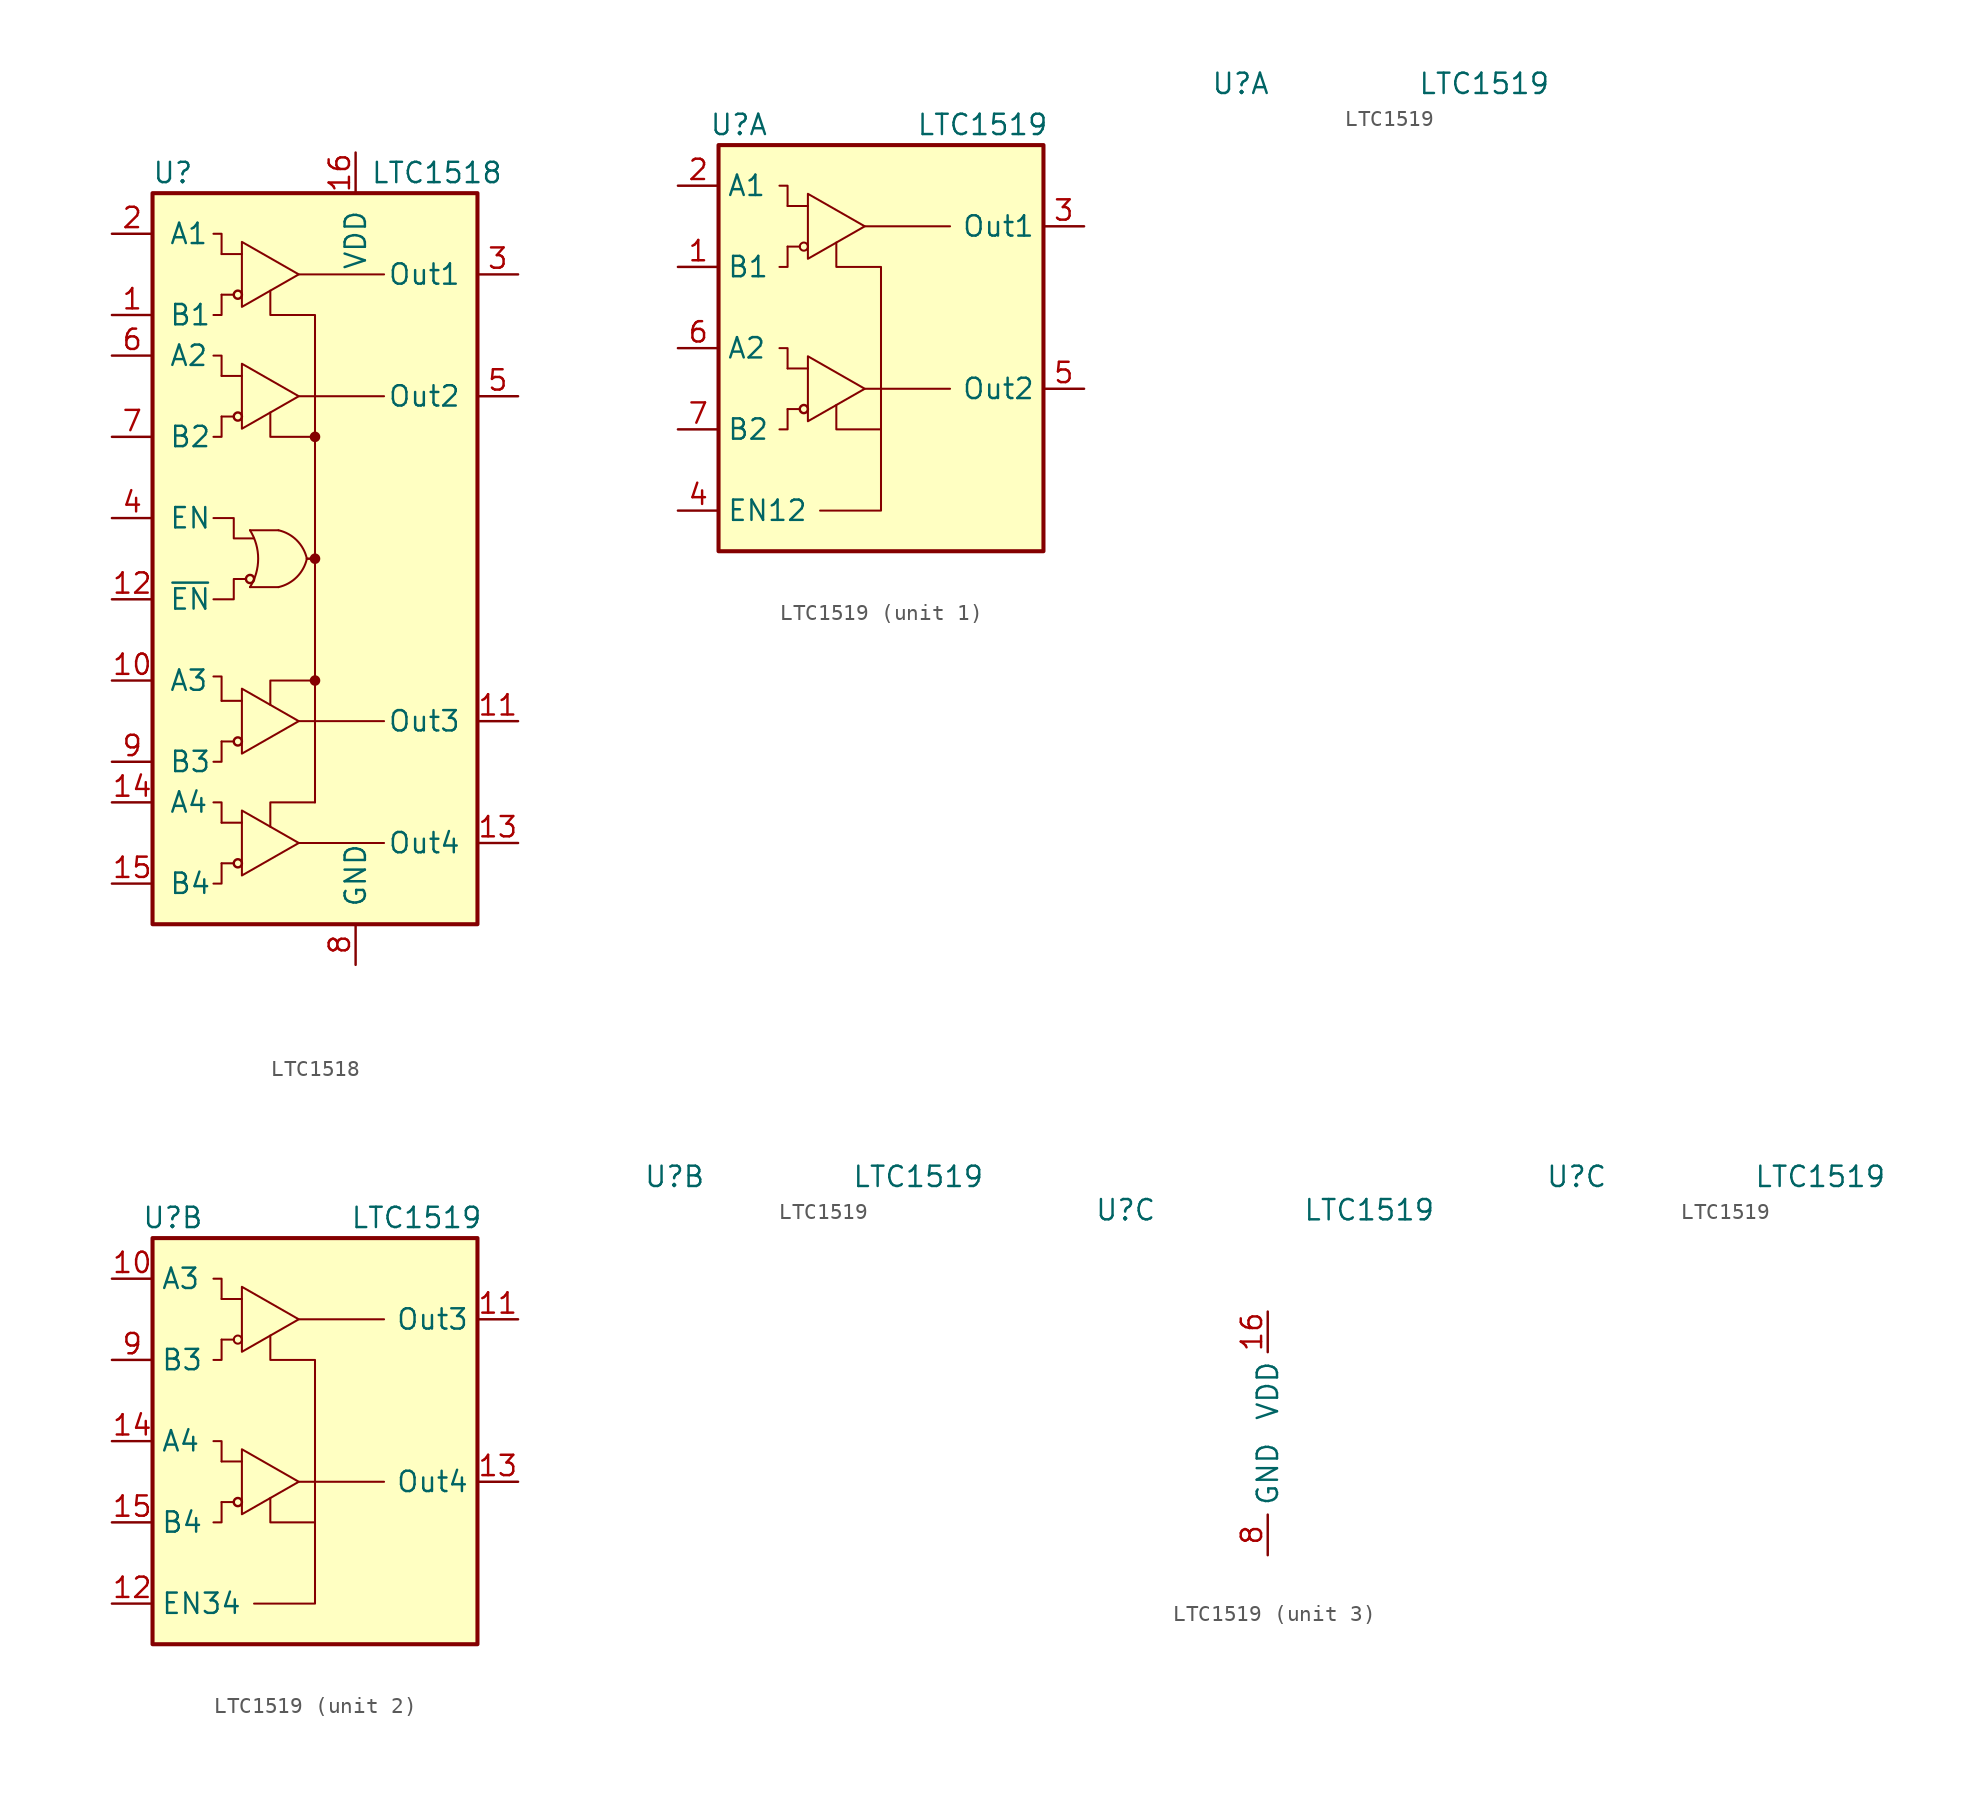
<source format=kicad_sym>
(kicad_symbol_lib
  (version 20201005)
  (generator kicad_symbol_editor)
  (symbol "LTC1518"
    (pin_names
      (offset 1.016))
    (property "Reference" "U"
      (at -8.89 24.13 0)
      (effects (font (size 1.27 1.27))))
    (property "Value" "LTC1518"
      (at 7.62 24.13 0)
      (effects (font (size 1.27 1.27))))
    (symbol "LTC1518_0_1"
      (arc (start -4.064 1.778) (end -4.064 -1.778) (radius (at -6.9088 0) (length 3.3528) (angles 32 -32)) (stroke (width 0.127)) (fill (type none)))
      (arc (start -2.286 1.778) (end -0.508 0) (radius (at -2.794 -0.508) (length 2.3368) (angles 77.5 12.5)) (stroke (width 0.127)) (fill (type none)))
      (arc (start -2.286 -1.778) (end -0.508 0) (radius (at -2.794 0.508) (length 2.3368) (angles -77.5 -12.5)) (stroke (width 0.127)) (fill (type none)))
      (circle (center -4.826 16.51) (radius 0.254) (stroke (width 0)) (fill (type none)))
      (circle (center -4.064 -1.27) (radius 0.254) (stroke (width 0)) (fill (type none)))
      (circle (center 0 -7.62) (radius 0.254) (stroke (width 0)) (fill (type outline)))
      (circle (center 0 0) (radius 0.254) (stroke (width 0)) (fill (type outline)))
      (circle (center 0 7.62) (radius 0.254) (stroke (width 0)) (fill (type outline)))
      (rectangle (start -10.16 22.86) (end 10.16 -22.86) (stroke (width 0.254)) (fill (type background)))
      (polyline (pts (xy -5.842 16.51) (xy -5.08 16.51)) (stroke (width 0.127)) (fill (type none)))
      (polyline (pts (xy -5.842 19.05) (xy -4.572 19.05)) (stroke (width 0.127)) (fill (type none)))
      (polyline (pts (xy -4.064 -1.778) (xy -2.286 -1.778)) (stroke (width 0.127)) (fill (type none)))
      (polyline (pts (xy -2.286 1.778) (xy -4.064 1.778)) (stroke (width 0.127)) (fill (type none)))
      (polyline (pts (xy -1.016 -17.78) (xy 4.318 -17.78)) (stroke (width 0.127)) (fill (type none)))
      (polyline (pts (xy -1.016 -10.16) (xy 4.318 -10.16)) (stroke (width 0.127)) (fill (type none)))
      (polyline (pts (xy -1.016 10.16) (xy 4.318 10.16)) (stroke (width 0.127)) (fill (type none)))
      (polyline (pts (xy -1.016 17.78) (xy 4.318 17.78)) (stroke (width 0.127)) (fill (type none)))
      (polyline (pts (xy -0.508 0) (xy 0 0)) (stroke (width 0)) (fill (type none)))
      (polyline (pts (xy 0 0) (xy 0 -15.24)) (stroke (width 0.127)) (fill (type none)))
      (polyline (pts (xy 0 7.62) (xy 0 0)) (stroke (width 0.127)) (fill (type none)))
      (polyline (pts (xy -5.842 -19.05) (xy -5.842 -20.32) (xy -6.35 -20.32)) (stroke (width 0.127)) (fill (type none)))
      (polyline (pts (xy -5.842 -16.51) (xy -5.842 -15.24) (xy -6.35 -15.24)) (stroke (width 0.127)) (fill (type none)))
      (polyline (pts (xy -5.842 -11.43) (xy -5.842 -12.7) (xy -6.35 -12.7)) (stroke (width 0.127)) (fill (type none)))
      (polyline (pts (xy -5.842 -8.89) (xy -5.842 -7.366) (xy -6.35 -7.366)) (stroke (width 0.127)) (fill (type none)))
      (polyline (pts (xy -5.842 8.89) (xy -5.842 7.62) (xy -6.35 7.62)) (stroke (width 0.127)) (fill (type none)))
      (polyline (pts (xy -5.842 11.43) (xy -5.842 12.7) (xy -6.35 12.7)) (stroke (width 0.127)) (fill (type none)))
      (polyline (pts (xy -5.842 19.05) (xy -5.842 20.32) (xy -6.35 20.32)) (stroke (width 0.127)) (fill (type none)))
      (polyline (pts (xy 0 -15.24) (xy -2.794 -15.24) (xy -2.794 -16.764)) (stroke (width 0.127)) (fill (type none)))
      (polyline (pts (xy 0 -7.62) (xy -2.794 -7.62) (xy -2.794 -9.144)) (stroke (width 0.127)) (fill (type none)))
      (polyline (pts (xy 0 7.62) (xy -2.794 7.62) (xy -2.794 9.144)) (stroke (width 0.127)) (fill (type none)))
      (polyline (pts (xy -6.35 2.54) (xy -5.08 2.54) (xy -5.08 1.27) (xy -3.81 1.27)) (stroke (width 0.127)) (fill (type none)))
      (polyline (pts (xy -5.842 16.51) (xy -5.842 15.24) (xy -6.096 15.24) (xy -6.35 15.24)) (stroke (width 0.127)) (fill (type none)))
      (polyline (pts (xy -4.572 19.812) (xy -4.572 15.748) (xy -1.016 17.78) (xy -4.572 19.812)) (stroke (width 0.127)) (fill (type none)))
      (polyline (pts (xy -4.318 -1.27) (xy -5.08 -1.27) (xy -5.08 -2.54) (xy -6.35 -2.54)) (stroke (width 0.127)) (fill (type none)))
      (polyline (pts (xy 0 7.62) (xy 0 15.24) (xy -2.794 15.24) (xy -2.794 16.764)) (stroke (width 0.127)) (fill (type none))))
    (symbol "LTC1518_1_1"
      (circle (center -4.826 -19.05) (radius 0.254) (stroke (width 0)) (fill (type none)))
      (circle (center -4.826 -11.43) (radius 0.254) (stroke (width 0)) (fill (type none)))
      (circle (center -4.826 8.89) (radius 0.254) (stroke (width 0)) (fill (type none)))
      (polyline (pts (xy -5.842 -19.05) (xy -5.08 -19.05)) (stroke (width 0.127)) (fill (type none)))
      (polyline (pts (xy -5.842 -16.51) (xy -4.572 -16.51)) (stroke (width 0.127)) (fill (type none)))
      (polyline (pts (xy -5.842 -11.43) (xy -5.08 -11.43)) (stroke (width 0.127)) (fill (type none)))
      (polyline (pts (xy -5.842 -8.89) (xy -4.572 -8.89)) (stroke (width 0.127)) (fill (type none)))
      (polyline (pts (xy -5.842 8.89) (xy -5.08 8.89)) (stroke (width 0.127)) (fill (type none)))
      (polyline (pts (xy -5.842 11.43) (xy -4.572 11.43)) (stroke (width 0.127)) (fill (type none)))
      (polyline (pts (xy -4.572 -15.748) (xy -4.572 -19.812) (xy -1.016 -17.78) (xy -4.572 -15.748)) (stroke (width 0.127)) (fill (type none)))
      (polyline (pts (xy -4.572 -8.128) (xy -4.572 -12.192) (xy -1.016 -10.16) (xy -4.572 -8.128)) (stroke (width 0.127)) (fill (type none)))
      (polyline (pts (xy -4.572 12.192) (xy -4.572 8.128) (xy -1.016 10.16) (xy -4.572 12.192)) (stroke (width 0.127)) (fill (type none)))
      (pin input line (at -12.7 15.24 0) (length 2.54) (name "B1" (effects (font (size 1.27 1.27)))) (number "1" (effects (font (size 1.27 1.27)))))
      (pin input line (at -12.7 -7.62 0) (length 2.54) (name "A3" (effects (font (size 1.27 1.27)))) (number "10" (effects (font (size 1.27 1.27)))))
      (pin tri_state line (at 12.7 -10.16 180) (length 2.54) (name "Out3" (effects (font (size 1.27 1.27)))) (number "11" (effects (font (size 1.27 1.27)))))
      (pin input line (at -12.7 -2.54 0) (length 2.54) (name "~EN" (effects (font (size 1.27 1.27)))) (number "12" (effects (font (size 1.27 1.27)))))
      (pin tri_state line (at 12.7 -17.78 180) (length 2.54) (name "Out4" (effects (font (size 1.27 1.27)))) (number "13" (effects (font (size 1.27 1.27)))))
      (pin input line (at -12.7 -15.24 0) (length 2.54) (name "A4" (effects (font (size 1.27 1.27)))) (number "14" (effects (font (size 1.27 1.27)))))
      (pin input line (at -12.7 -20.32 0) (length 2.54) (name "B4" (effects (font (size 1.27 1.27)))) (number "15" (effects (font (size 1.27 1.27)))))
      (pin power_in line (at 2.54 25.4 270) (length 2.54) (name "VDD" (effects (font (size 1.27 1.27)))) (number "16" (effects (font (size 1.27 1.27)))))
      (pin input line (at -12.7 20.32 0) (length 2.54) (name "A1" (effects (font (size 1.27 1.27)))) (number "2" (effects (font (size 1.27 1.27)))))
      (pin tri_state line (at 12.7 17.78 180) (length 2.54) (name "Out1" (effects (font (size 1.27 1.27)))) (number "3" (effects (font (size 1.27 1.27)))))
      (pin input line (at -12.7 2.54 0) (length 2.54) (name "EN" (effects (font (size 1.27 1.27)))) (number "4" (effects (font (size 1.27 1.27)))))
      (pin tri_state line (at 12.7 10.16 180) (length 2.54) (name "Out2" (effects (font (size 1.27 1.27)))) (number "5" (effects (font (size 1.27 1.27)))))
      (pin input line (at -12.7 12.7 0) (length 2.54) (name "A2" (effects (font (size 1.27 1.27)))) (number "6" (effects (font (size 1.27 1.27)))))
      (pin input line (at -12.7 7.62 0) (length 2.54) (name "B2" (effects (font (size 1.27 1.27)))) (number "7" (effects (font (size 1.27 1.27)))))
      (pin power_in line (at 2.54 -25.4 90) (length 2.54) (name "GND" (effects (font (size 1.27 1.27)))) (number "8" (effects (font (size 1.27 1.27)))))
      (pin input line (at -12.7 -12.7 0) (length 2.54) (name "B3" (effects (font (size 1.27 1.27)))) (number "9" (effects (font (size 1.27 1.27)))))))
  (symbol "LTC1519"
    (property "Reference" "U"
      (at -8.89 13.97 0)
      (effects (font (size 1.27 1.27))))
    (property "Value" "LTC1519"
      (at 6.35 13.97 0)
      (effects (font (size 1.27 1.27))))
    (property "ki_locked" ""
      (at 0 0 0)
      (effects (font (size 1.27 1.27))))
    (symbol "LTC1519_1_1"
      (circle (center -4.826 -3.81) (radius 0.254) (stroke (width 0)) (fill (type none)))
      (circle (center -4.826 6.35) (radius 0.254) (stroke (width 0.127)) (fill (type none)))
      (rectangle (start -10.16 12.7) (end 10.16 -12.7) (stroke (width 0.254)) (fill (type background)))
      (polyline (pts (xy -5.842 -3.81) (xy -5.08 -3.81)) (stroke (width 0.127)) (fill (type none)))
      (polyline (pts (xy -5.842 -1.27) (xy -4.572 -1.27)) (stroke (width 0.127)) (fill (type none)))
      (polyline (pts (xy -5.842 6.35) (xy -5.08 6.35)) (stroke (width 0.127)) (fill (type none)))
      (polyline (pts (xy -5.842 8.89) (xy -4.572 8.89)) (stroke (width 0.127)) (fill (type none)))
      (polyline (pts (xy -1.016 -2.54) (xy 4.318 -2.54)) (stroke (width 0.127)) (fill (type none)))
      (polyline (pts (xy -1.016 7.62) (xy 4.318 7.62)) (stroke (width 0.127)) (fill (type none)))
      (polyline (pts (xy -5.842 -3.81) (xy -5.842 -5.08) (xy -6.35 -5.08)) (stroke (width 0.127)) (fill (type none)))
      (polyline (pts (xy -5.842 -1.27) (xy -5.842 0) (xy -6.35 0)) (stroke (width 0.127)) (fill (type none)))
      (polyline (pts (xy -5.842 8.89) (xy -5.842 10.16) (xy -6.35 10.16)) (stroke (width 0.127)) (fill (type none)))
      (polyline (pts (xy -3.81 -10.16) (xy 0 -10.16) (xy 0 -2.54)) (stroke (width 0.127)) (fill (type none)))
      (polyline (pts (xy 0 -5.08) (xy -2.794 -5.08) (xy -2.794 -3.556)) (stroke (width 0.127)) (fill (type none)))
      (polyline (pts (xy -5.842 6.35) (xy -5.842 5.08) (xy -6.096 5.08) (xy -6.35 5.08)) (stroke (width 0.127)) (fill (type none)))
      (polyline (pts (xy -4.572 -0.508) (xy -4.572 -4.572) (xy -1.016 -2.54) (xy -4.572 -0.508)) (stroke (width 0.127)) (fill (type none)))
      (polyline (pts (xy -4.572 9.652) (xy -4.572 5.588) (xy -1.016 7.62) (xy -4.572 9.652)) (stroke (width 0.127)) (fill (type none)))
      (polyline (pts (xy 0 -2.54) (xy 0 5.08) (xy -2.794 5.08) (xy -2.794 6.604)) (stroke (width 0.127)) (fill (type none)))
      (pin input line (at -12.7 5.08 0) (length 2.54) (name "B1" (effects (font (size 1.27 1.27)))) (number "1" (effects (font (size 1.27 1.27)))))
      (pin input line (at -12.7 10.16 0) (length 2.54) (name "A1" (effects (font (size 1.27 1.27)))) (number "2" (effects (font (size 1.27 1.27)))))
      (pin tri_state line (at 12.7 7.62 180) (length 2.54) (name "Out1" (effects (font (size 1.27 1.27)))) (number "3" (effects (font (size 1.27 1.27)))))
      (pin input line (at -12.7 -10.16 0) (length 2.54) (name "EN12" (effects (font (size 1.27 1.27)))) (number "4" (effects (font (size 1.27 1.27)))))
      (pin tri_state line (at 12.7 -2.54 180) (length 2.54) (name "Out2" (effects (font (size 1.27 1.27)))) (number "5" (effects (font (size 1.27 1.27)))))
      (pin input line (at -12.7 0 0) (length 2.54) (name "A2" (effects (font (size 1.27 1.27)))) (number "6" (effects (font (size 1.27 1.27)))))
      (pin input line (at -12.7 -5.08 0) (length 2.54) (name "B2" (effects (font (size 1.27 1.27)))) (number "7" (effects (font (size 1.27 1.27))))))
    (symbol "LTC1519_2_1"
      (circle (center -4.826 -3.81) (radius 0.254) (stroke (width 0)) (fill (type none)))
      (circle (center -4.826 6.35) (radius 0.254) (stroke (width 0.127)) (fill (type none)))
      (rectangle (start -10.16 12.7) (end 10.16 -12.7) (stroke (width 0.254)) (fill (type background)))
      (polyline (pts (xy -5.842 -3.81) (xy -5.08 -3.81)) (stroke (width 0.127)) (fill (type none)))
      (polyline (pts (xy -5.842 -1.27) (xy -4.572 -1.27)) (stroke (width 0.127)) (fill (type none)))
      (polyline (pts (xy -5.842 6.35) (xy -5.08 6.35)) (stroke (width 0.127)) (fill (type none)))
      (polyline (pts (xy -5.842 8.89) (xy -4.572 8.89)) (stroke (width 0.127)) (fill (type none)))
      (polyline (pts (xy -1.016 -2.54) (xy 4.318 -2.54)) (stroke (width 0.127)) (fill (type none)))
      (polyline (pts (xy -1.016 7.62) (xy 4.318 7.62)) (stroke (width 0.127)) (fill (type none)))
      (polyline (pts (xy -5.842 -3.81) (xy -5.842 -5.08) (xy -6.35 -5.08)) (stroke (width 0.127)) (fill (type none)))
      (polyline (pts (xy -5.842 -1.27) (xy -5.842 0) (xy -6.35 0)) (stroke (width 0.127)) (fill (type none)))
      (polyline (pts (xy -5.842 8.89) (xy -5.842 10.16) (xy -6.35 10.16)) (stroke (width 0.127)) (fill (type none)))
      (polyline (pts (xy -3.81 -10.16) (xy 0 -10.16) (xy 0 -2.54)) (stroke (width 0.127)) (fill (type none)))
      (polyline (pts (xy 0 -5.08) (xy -2.794 -5.08) (xy -2.794 -3.556)) (stroke (width 0.127)) (fill (type none)))
      (polyline (pts (xy -5.842 6.35) (xy -5.842 5.08) (xy -6.096 5.08) (xy -6.35 5.08)) (stroke (width 0.127)) (fill (type none)))
      (polyline (pts (xy -4.572 -0.508) (xy -4.572 -4.572) (xy -1.016 -2.54) (xy -4.572 -0.508)) (stroke (width 0.127)) (fill (type none)))
      (polyline (pts (xy -4.572 9.652) (xy -4.572 5.588) (xy -1.016 7.62) (xy -4.572 9.652)) (stroke (width 0.127)) (fill (type none)))
      (polyline (pts (xy 0 -2.54) (xy 0 5.08) (xy -2.794 5.08) (xy -2.794 6.604)) (stroke (width 0.127)) (fill (type none)))
      (pin input line (at -12.7 10.16 0) (length 2.54) (name "A3" (effects (font (size 1.27 1.27)))) (number "10" (effects (font (size 1.27 1.27)))))
      (pin tri_state line (at 12.7 7.62 180) (length 2.54) (name "Out3" (effects (font (size 1.27 1.27)))) (number "11" (effects (font (size 1.27 1.27)))))
      (pin input line (at -12.7 -10.16 0) (length 2.54) (name "EN34" (effects (font (size 1.27 1.27)))) (number "12" (effects (font (size 1.27 1.27)))))
      (pin tri_state line (at 12.7 -2.54 180) (length 2.54) (name "Out4" (effects (font (size 1.27 1.27)))) (number "13" (effects (font (size 1.27 1.27)))))
      (pin input line (at -12.7 0 0) (length 2.54) (name "A4" (effects (font (size 1.27 1.27)))) (number "14" (effects (font (size 1.27 1.27)))))
      (pin input line (at -12.7 -5.08 0) (length 2.54) (name "B4" (effects (font (size 1.27 1.27)))) (number "15" (effects (font (size 1.27 1.27)))))
      (pin input line (at -12.7 5.08 0) (length 2.54) (name "B3" (effects (font (size 1.27 1.27)))) (number "9" (effects (font (size 1.27 1.27))))))
    (symbol "LTC1519_3_1"
      (pin power_in line (at 0 7.62 270) (length 2.54) (name "VDD" (effects (font (size 1.27 1.27)))) (number "16" (effects (font (size 1.27 1.27)))))
      (pin power_in line (at 0 -7.62 90) (length 2.54) (name "GND" (effects (font (size 1.27 1.27)))) (number "8" (effects (font (size 1.27 1.27))))))
    (symbol "LTC1519_3_3"
      (circle (center 0 -5.08) (radius 0.254) (stroke (width 0.127)) (fill (type outline))))))
</source>
